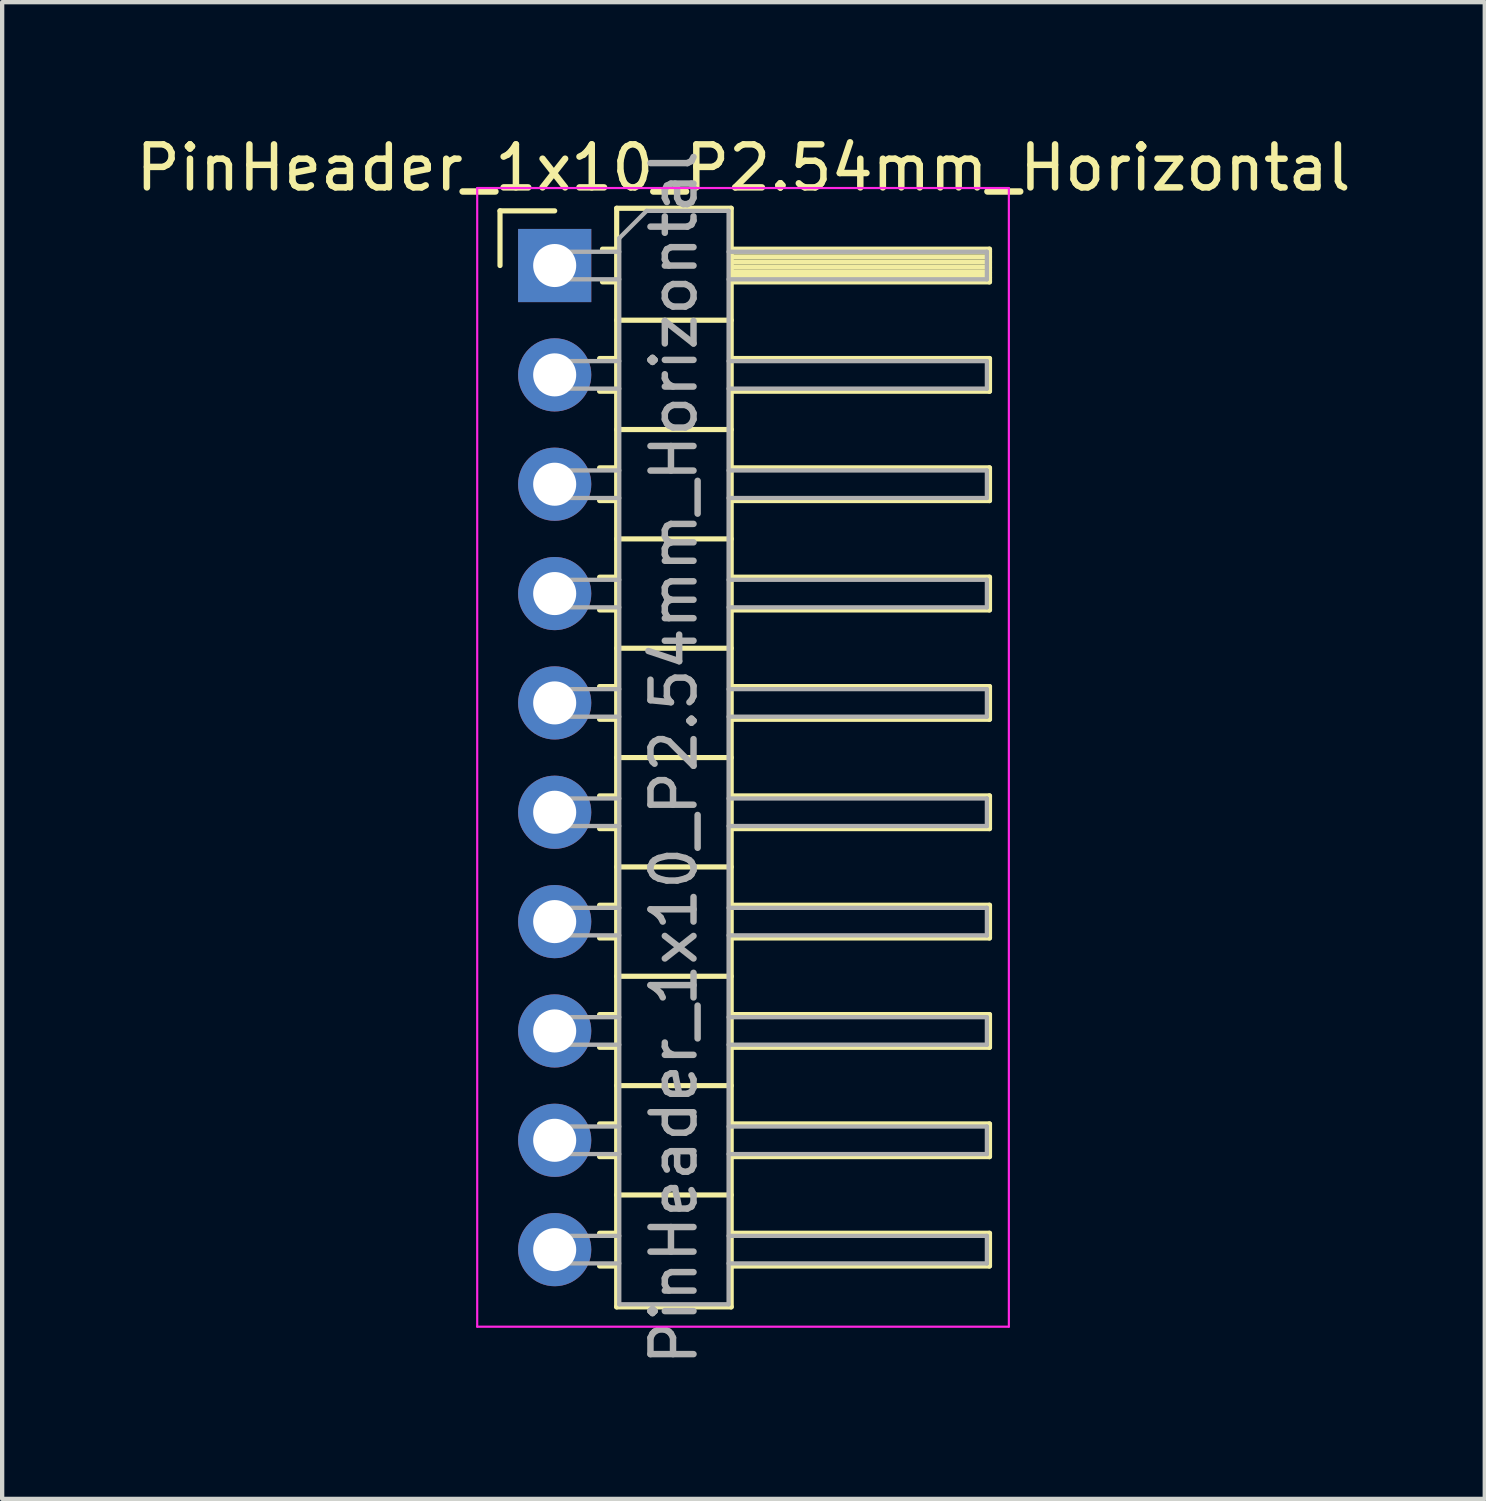
<source format=kicad_pcb>
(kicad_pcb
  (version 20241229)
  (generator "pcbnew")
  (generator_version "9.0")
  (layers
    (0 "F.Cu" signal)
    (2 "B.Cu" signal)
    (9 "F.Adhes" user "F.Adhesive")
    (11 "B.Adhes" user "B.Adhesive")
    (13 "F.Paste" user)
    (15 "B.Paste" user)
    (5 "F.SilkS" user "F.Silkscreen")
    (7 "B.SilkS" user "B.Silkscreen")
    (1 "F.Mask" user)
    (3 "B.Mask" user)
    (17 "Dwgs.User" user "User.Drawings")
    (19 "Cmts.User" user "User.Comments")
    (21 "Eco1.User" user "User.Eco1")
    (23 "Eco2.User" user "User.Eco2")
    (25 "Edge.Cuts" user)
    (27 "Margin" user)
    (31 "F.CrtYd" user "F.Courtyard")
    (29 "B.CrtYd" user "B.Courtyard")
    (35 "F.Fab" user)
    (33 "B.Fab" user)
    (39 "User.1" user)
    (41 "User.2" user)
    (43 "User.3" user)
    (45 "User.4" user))
  (footprint "PinHeader_1x10_P2.54mm_Horizontal"
    (layer "F.Cu")
    (at 9.835 3.118)
    (property "Reference" "PinHeader_1x10_P2.54mm_Horizontal" (at 4.385 -2.27 0) (layer "F.SilkS") (effects (font (size 1 1) (thickness 0.15))))
    (attr through_hole)
    (fp_line (start -1.27 -1.27) (end 0 -1.27) (stroke (width 0.12) (type solid)) (layer "F.SilkS"))
    (fp_line (start -1.27 0) (end -1.27 -1.27) (stroke (width 0.12) (type solid)) (layer "F.SilkS"))
    (fp_line (start 1.043 2.16) (end 1.44 2.16) (stroke (width 0.12) (type solid)) (layer "F.SilkS"))
    (fp_line (start 1.043 2.92) (end 1.44 2.92) (stroke (width 0.12) (type solid)) (layer "F.SilkS"))
    (fp_line (start 1.043 4.7) (end 1.44 4.7) (stroke (width 0.12) (type solid)) (layer "F.SilkS"))
    (fp_line (start 1.043 5.46) (end 1.44 5.46) (stroke (width 0.12) (type solid)) (layer "F.SilkS"))
    (fp_line (start 1.043 7.24) (end 1.44 7.24) (stroke (width 0.12) (type solid)) (layer "F.SilkS"))
    (fp_line (start 1.043 8) (end 1.44 8) (stroke (width 0.12) (type solid)) (layer "F.SilkS"))
    (fp_line (start 1.043 9.78) (end 1.44 9.78) (stroke (width 0.12) (type solid)) (layer "F.SilkS"))
    (fp_line (start 1.043 10.54) (end 1.44 10.54) (stroke (width 0.12) (type solid)) (layer "F.SilkS"))
    (fp_line (start 1.043 12.32) (end 1.44 12.32) (stroke (width 0.12) (type solid)) (layer "F.SilkS"))
    (fp_line (start 1.043 13.08) (end 1.44 13.08) (stroke (width 0.12) (type solid)) (layer "F.SilkS"))
    (fp_line (start 1.043 14.86) (end 1.44 14.86) (stroke (width 0.12) (type solid)) (layer "F.SilkS"))
    (fp_line (start 1.043 15.62) (end 1.44 15.62) (stroke (width 0.12) (type solid)) (layer "F.SilkS"))
    (fp_line (start 1.043 17.4) (end 1.44 17.4) (stroke (width 0.12) (type solid)) (layer "F.SilkS"))
    (fp_line (start 1.043 18.16) (end 1.44 18.16) (stroke (width 0.12) (type solid)) (layer "F.SilkS"))
    (fp_line (start 1.043 19.94) (end 1.44 19.94) (stroke (width 0.12) (type solid)) (layer "F.SilkS"))
    (fp_line (start 1.043 20.7) (end 1.44 20.7) (stroke (width 0.12) (type solid)) (layer "F.SilkS"))
    (fp_line (start 1.043 22.48) (end 1.44 22.48) (stroke (width 0.12) (type solid)) (layer "F.SilkS"))
    (fp_line (start 1.043 23.24) (end 1.44 23.24) (stroke (width 0.12) (type solid)) (layer "F.SilkS"))
    (fp_line (start 1.11 -0.38) (end 1.44 -0.38) (stroke (width 0.12) (type solid)) (layer "F.SilkS"))
    (fp_line (start 1.11 0.38) (end 1.44 0.38) (stroke (width 0.12) (type solid)) (layer "F.SilkS"))
    (fp_line (start 1.44 -1.33) (end 1.44 24.19) (stroke (width 0.12) (type solid)) (layer "F.SilkS"))
    (fp_line (start 1.44 1.27) (end 4.1 1.27) (stroke (width 0.12) (type solid)) (layer "F.SilkS"))
    (fp_line (start 1.44 3.81) (end 4.1 3.81) (stroke (width 0.12) (type solid)) (layer "F.SilkS"))
    (fp_line (start 1.44 6.35) (end 4.1 6.35) (stroke (width 0.12) (type solid)) (layer "F.SilkS"))
    (fp_line (start 1.44 8.89) (end 4.1 8.89) (stroke (width 0.12) (type solid)) (layer "F.SilkS"))
    (fp_line (start 1.44 11.43) (end 4.1 11.43) (stroke (width 0.12) (type solid)) (layer "F.SilkS"))
    (fp_line (start 1.44 13.97) (end 4.1 13.97) (stroke (width 0.12) (type solid)) (layer "F.SilkS"))
    (fp_line (start 1.44 16.51) (end 4.1 16.51) (stroke (width 0.12) (type solid)) (layer "F.SilkS"))
    (fp_line (start 1.44 19.05) (end 4.1 19.05) (stroke (width 0.12) (type solid)) (layer "F.SilkS"))
    (fp_line (start 1.44 21.59) (end 4.1 21.59) (stroke (width 0.12) (type solid)) (layer "F.SilkS"))
    (fp_line (start 1.44 24.19) (end 4.1 24.19) (stroke (width 0.12) (type solid)) (layer "F.SilkS"))
    (fp_line (start 4.1 -1.33) (end 1.44 -1.33) (stroke (width 0.12) (type solid)) (layer "F.SilkS"))
    (fp_line (start 4.1 -0.38) (end 10.1 -0.38) (stroke (width 0.12) (type solid)) (layer "F.SilkS"))
    (fp_line (start 4.1 -0.32) (end 10.1 -0.32) (stroke (width 0.12) (type solid)) (layer "F.SilkS"))
    (fp_line (start 4.1 -0.2) (end 10.1 -0.2) (stroke (width 0.12) (type solid)) (layer "F.SilkS"))
    (fp_line (start 4.1 -0.08) (end 10.1 -0.08) (stroke (width 0.12) (type solid)) (layer "F.SilkS"))
    (fp_line (start 4.1 0.04) (end 10.1 0.04) (stroke (width 0.12) (type solid)) (layer "F.SilkS"))
    (fp_line (start 4.1 0.16) (end 10.1 0.16) (stroke (width 0.12) (type solid)) (layer "F.SilkS"))
    (fp_line (start 4.1 0.28) (end 10.1 0.28) (stroke (width 0.12) (type solid)) (layer "F.SilkS"))
    (fp_line (start 4.1 2.16) (end 10.1 2.16) (stroke (width 0.12) (type solid)) (layer "F.SilkS"))
    (fp_line (start 4.1 4.7) (end 10.1 4.7) (stroke (width 0.12) (type solid)) (layer "F.SilkS"))
    (fp_line (start 4.1 7.24) (end 10.1 7.24) (stroke (width 0.12) (type solid)) (layer "F.SilkS"))
    (fp_line (start 4.1 9.78) (end 10.1 9.78) (stroke (width 0.12) (type solid)) (layer "F.SilkS"))
    (fp_line (start 4.1 12.32) (end 10.1 12.32) (stroke (width 0.12) (type solid)) (layer "F.SilkS"))
    (fp_line (start 4.1 14.86) (end 10.1 14.86) (stroke (width 0.12) (type solid)) (layer "F.SilkS"))
    (fp_line (start 4.1 17.4) (end 10.1 17.4) (stroke (width 0.12) (type solid)) (layer "F.SilkS"))
    (fp_line (start 4.1 19.94) (end 10.1 19.94) (stroke (width 0.12) (type solid)) (layer "F.SilkS"))
    (fp_line (start 4.1 22.48) (end 10.1 22.48) (stroke (width 0.12) (type solid)) (layer "F.SilkS"))
    (fp_line (start 4.1 24.19) (end 4.1 -1.33) (stroke (width 0.12) (type solid)) (layer "F.SilkS"))
    (fp_line (start 10.1 -0.38) (end 10.1 0.38) (stroke (width 0.12) (type solid)) (layer "F.SilkS"))
    (fp_line (start 10.1 0.38) (end 4.1 0.38) (stroke (width 0.12) (type solid)) (layer "F.SilkS"))
    (fp_line (start 10.1 2.16) (end 10.1 2.92) (stroke (width 0.12) (type solid)) (layer "F.SilkS"))
    (fp_line (start 10.1 2.92) (end 4.1 2.92) (stroke (width 0.12) (type solid)) (layer "F.SilkS"))
    (fp_line (start 10.1 4.7) (end 10.1 5.46) (stroke (width 0.12) (type solid)) (layer "F.SilkS"))
    (fp_line (start 10.1 5.46) (end 4.1 5.46) (stroke (width 0.12) (type solid)) (layer "F.SilkS"))
    (fp_line (start 10.1 7.24) (end 10.1 8) (stroke (width 0.12) (type solid)) (layer "F.SilkS"))
    (fp_line (start 10.1 8) (end 4.1 8) (stroke (width 0.12) (type solid)) (layer "F.SilkS"))
    (fp_line (start 10.1 9.78) (end 10.1 10.54) (stroke (width 0.12) (type solid)) (layer "F.SilkS"))
    (fp_line (start 10.1 10.54) (end 4.1 10.54) (stroke (width 0.12) (type solid)) (layer "F.SilkS"))
    (fp_line (start 10.1 12.32) (end 10.1 13.08) (stroke (width 0.12) (type solid)) (layer "F.SilkS"))
    (fp_line (start 10.1 13.08) (end 4.1 13.08) (stroke (width 0.12) (type solid)) (layer "F.SilkS"))
    (fp_line (start 10.1 14.86) (end 10.1 15.62) (stroke (width 0.12) (type solid)) (layer "F.SilkS"))
    (fp_line (start 10.1 15.62) (end 4.1 15.62) (stroke (width 0.12) (type solid)) (layer "F.SilkS"))
    (fp_line (start 10.1 17.4) (end 10.1 18.16) (stroke (width 0.12) (type solid)) (layer "F.SilkS"))
    (fp_line (start 10.1 18.16) (end 4.1 18.16) (stroke (width 0.12) (type solid)) (layer "F.SilkS"))
    (fp_line (start 10.1 19.94) (end 10.1 20.7) (stroke (width 0.12) (type solid)) (layer "F.SilkS"))
    (fp_line (start 10.1 20.7) (end 4.1 20.7) (stroke (width 0.12) (type solid)) (layer "F.SilkS"))
    (fp_line (start 10.1 22.48) (end 10.1 23.24) (stroke (width 0.12) (type solid)) (layer "F.SilkS"))
    (fp_line (start 10.1 23.24) (end 4.1 23.24) (stroke (width 0.12) (type solid)) (layer "F.SilkS"))
    (fp_line (start -1.8 -1.8) (end -1.8 24.65) (stroke (width 0.05) (type solid)) (layer "F.CrtYd"))
    (fp_line (start -1.8 24.65) (end 10.55 24.65) (stroke (width 0.05) (type solid)) (layer "F.CrtYd"))
    (fp_line (start 10.55 -1.8) (end -1.8 -1.8) (stroke (width 0.05) (type solid)) (layer "F.CrtYd"))
    (fp_line (start 10.55 24.65) (end 10.55 -1.8) (stroke (width 0.05) (type solid)) (layer "F.CrtYd"))
    (fp_line (start -0.32 -0.32) (end -0.32 0.32) (stroke (width 0.1) (type solid)) (layer "F.Fab"))
    (fp_line (start -0.32 -0.32) (end 1.5 -0.32) (stroke (width 0.1) (type solid)) (layer "F.Fab"))
    (fp_line (start -0.32 0.32) (end 1.5 0.32) (stroke (width 0.1) (type solid)) (layer "F.Fab"))
    (fp_line (start -0.32 2.22) (end -0.32 2.86) (stroke (width 0.1) (type solid)) (layer "F.Fab"))
    (fp_line (start -0.32 2.22) (end 1.5 2.22) (stroke (width 0.1) (type solid)) (layer "F.Fab"))
    (fp_line (start -0.32 2.86) (end 1.5 2.86) (stroke (width 0.1) (type solid)) (layer "F.Fab"))
    (fp_line (start -0.32 4.76) (end -0.32 5.4) (stroke (width 0.1) (type solid)) (layer "F.Fab"))
    (fp_line (start -0.32 4.76) (end 1.5 4.76) (stroke (width 0.1) (type solid)) (layer "F.Fab"))
    (fp_line (start -0.32 5.4) (end 1.5 5.4) (stroke (width 0.1) (type solid)) (layer "F.Fab"))
    (fp_line (start -0.32 7.3) (end -0.32 7.94) (stroke (width 0.1) (type solid)) (layer "F.Fab"))
    (fp_line (start -0.32 7.3) (end 1.5 7.3) (stroke (width 0.1) (type solid)) (layer "F.Fab"))
    (fp_line (start -0.32 7.94) (end 1.5 7.94) (stroke (width 0.1) (type solid)) (layer "F.Fab"))
    (fp_line (start -0.32 9.84) (end -0.32 10.48) (stroke (width 0.1) (type solid)) (layer "F.Fab"))
    (fp_line (start -0.32 9.84) (end 1.5 9.84) (stroke (width 0.1) (type solid)) (layer "F.Fab"))
    (fp_line (start -0.32 10.48) (end 1.5 10.48) (stroke (width 0.1) (type solid)) (layer "F.Fab"))
    (fp_line (start -0.32 12.38) (end -0.32 13.02) (stroke (width 0.1) (type solid)) (layer "F.Fab"))
    (fp_line (start -0.32 12.38) (end 1.5 12.38) (stroke (width 0.1) (type solid)) (layer "F.Fab"))
    (fp_line (start -0.32 13.02) (end 1.5 13.02) (stroke (width 0.1) (type solid)) (layer "F.Fab"))
    (fp_line (start -0.32 14.92) (end -0.32 15.56) (stroke (width 0.1) (type solid)) (layer "F.Fab"))
    (fp_line (start -0.32 14.92) (end 1.5 14.92) (stroke (width 0.1) (type solid)) (layer "F.Fab"))
    (fp_line (start -0.32 15.56) (end 1.5 15.56) (stroke (width 0.1) (type solid)) (layer "F.Fab"))
    (fp_line (start -0.32 17.46) (end -0.32 18.1) (stroke (width 0.1) (type solid)) (layer "F.Fab"))
    (fp_line (start -0.32 17.46) (end 1.5 17.46) (stroke (width 0.1) (type solid)) (layer "F.Fab"))
    (fp_line (start -0.32 18.1) (end 1.5 18.1) (stroke (width 0.1) (type solid)) (layer "F.Fab"))
    (fp_line (start -0.32 20) (end -0.32 20.64) (stroke (width 0.1) (type solid)) (layer "F.Fab"))
    (fp_line (start -0.32 20) (end 1.5 20) (stroke (width 0.1) (type solid)) (layer "F.Fab"))
    (fp_line (start -0.32 20.64) (end 1.5 20.64) (stroke (width 0.1) (type solid)) (layer "F.Fab"))
    (fp_line (start -0.32 22.54) (end -0.32 23.18) (stroke (width 0.1) (type solid)) (layer "F.Fab"))
    (fp_line (start -0.32 22.54) (end 1.5 22.54) (stroke (width 0.1) (type solid)) (layer "F.Fab"))
    (fp_line (start -0.32 23.18) (end 1.5 23.18) (stroke (width 0.1) (type solid)) (layer "F.Fab"))
    (fp_line (start 1.5 -0.635) (end 2.135 -1.27) (stroke (width 0.1) (type solid)) (layer "F.Fab"))
    (fp_line (start 1.5 24.13) (end 1.5 -0.635) (stroke (width 0.1) (type solid)) (layer "F.Fab"))
    (fp_line (start 2.135 -1.27) (end 4.04 -1.27) (stroke (width 0.1) (type solid)) (layer "F.Fab"))
    (fp_line (start 4.04 -1.27) (end 4.04 24.13) (stroke (width 0.1) (type solid)) (layer "F.Fab"))
    (fp_line (start 4.04 -0.32) (end 10.04 -0.32) (stroke (width 0.1) (type solid)) (layer "F.Fab"))
    (fp_line (start 4.04 0.32) (end 10.04 0.32) (stroke (width 0.1) (type solid)) (layer "F.Fab"))
    (fp_line (start 4.04 2.22) (end 10.04 2.22) (stroke (width 0.1) (type solid)) (layer "F.Fab"))
    (fp_line (start 4.04 2.86) (end 10.04 2.86) (stroke (width 0.1) (type solid)) (layer "F.Fab"))
    (fp_line (start 4.04 4.76) (end 10.04 4.76) (stroke (width 0.1) (type solid)) (layer "F.Fab"))
    (fp_line (start 4.04 5.4) (end 10.04 5.4) (stroke (width 0.1) (type solid)) (layer "F.Fab"))
    (fp_line (start 4.04 7.3) (end 10.04 7.3) (stroke (width 0.1) (type solid)) (layer "F.Fab"))
    (fp_line (start 4.04 7.94) (end 10.04 7.94) (stroke (width 0.1) (type solid)) (layer "F.Fab"))
    (fp_line (start 4.04 9.84) (end 10.04 9.84) (stroke (width 0.1) (type solid)) (layer "F.Fab"))
    (fp_line (start 4.04 10.48) (end 10.04 10.48) (stroke (width 0.1) (type solid)) (layer "F.Fab"))
    (fp_line (start 4.04 12.38) (end 10.04 12.38) (stroke (width 0.1) (type solid)) (layer "F.Fab"))
    (fp_line (start 4.04 13.02) (end 10.04 13.02) (stroke (width 0.1) (type solid)) (layer "F.Fab"))
    (fp_line (start 4.04 14.92) (end 10.04 14.92) (stroke (width 0.1) (type solid)) (layer "F.Fab"))
    (fp_line (start 4.04 15.56) (end 10.04 15.56) (stroke (width 0.1) (type solid)) (layer "F.Fab"))
    (fp_line (start 4.04 17.46) (end 10.04 17.46) (stroke (width 0.1) (type solid)) (layer "F.Fab"))
    (fp_line (start 4.04 18.1) (end 10.04 18.1) (stroke (width 0.1) (type solid)) (layer "F.Fab"))
    (fp_line (start 4.04 20) (end 10.04 20) (stroke (width 0.1) (type solid)) (layer "F.Fab"))
    (fp_line (start 4.04 20.64) (end 10.04 20.64) (stroke (width 0.1) (type solid)) (layer "F.Fab"))
    (fp_line (start 4.04 22.54) (end 10.04 22.54) (stroke (width 0.1) (type solid)) (layer "F.Fab"))
    (fp_line (start 4.04 23.18) (end 10.04 23.18) (stroke (width 0.1) (type solid)) (layer "F.Fab"))
    (fp_line (start 4.04 24.13) (end 1.5 24.13) (stroke (width 0.1) (type solid)) (layer "F.Fab"))
    (fp_line (start 10.04 -0.32) (end 10.04 0.32) (stroke (width 0.1) (type solid)) (layer "F.Fab"))
    (fp_line (start 10.04 2.22) (end 10.04 2.86) (stroke (width 0.1) (type solid)) (layer "F.Fab"))
    (fp_line (start 10.04 4.76) (end 10.04 5.4) (stroke (width 0.1) (type solid)) (layer "F.Fab"))
    (fp_line (start 10.04 7.3) (end 10.04 7.94) (stroke (width 0.1) (type solid)) (layer "F.Fab"))
    (fp_line (start 10.04 9.84) (end 10.04 10.48) (stroke (width 0.1) (type solid)) (layer "F.Fab"))
    (fp_line (start 10.04 12.38) (end 10.04 13.02) (stroke (width 0.1) (type solid)) (layer "F.Fab"))
    (fp_line (start 10.04 14.92) (end 10.04 15.56) (stroke (width 0.1) (type solid)) (layer "F.Fab"))
    (fp_line (start 10.04 17.46) (end 10.04 18.1) (stroke (width 0.1) (type solid)) (layer "F.Fab"))
    (fp_line (start 10.04 20) (end 10.04 20.64) (stroke (width 0.1) (type solid)) (layer "F.Fab"))
    (fp_line (start 10.04 22.54) (end 10.04 23.18) (stroke (width 0.1) (type solid)) (layer "F.Fab"))
    (fp_text user "${REFERENCE}" (at 2.77 11.43 90) (layer "F.Fab") (effects (font (size 1 1) (thickness 0.15))))
    (pad "1" thru_hole rect (at 0 0) (size 1.7 1.7) (drill 1) (layers "*.Cu" "*.Mask"))
    (pad "2" thru_hole oval (at 0 2.54) (size 1.7 1.7) (drill 1) (layers "*.Cu" "*.Mask"))
    (pad "3" thru_hole oval (at 0 5.08) (size 1.7 1.7) (drill 1) (layers "*.Cu" "*.Mask"))
    (pad "4" thru_hole oval (at 0 7.62) (size 1.7 1.7) (drill 1) (layers "*.Cu" "*.Mask"))
    (pad "5" thru_hole oval (at 0 10.16) (size 1.7 1.7) (drill 1) (layers "*.Cu" "*.Mask"))
    (pad "6" thru_hole oval (at 0 12.7) (size 1.7 1.7) (drill 1) (layers "*.Cu" "*.Mask"))
    (pad "7" thru_hole oval (at 0 15.24) (size 1.7 1.7) (drill 1) (layers "*.Cu" "*.Mask"))
    (pad "8" thru_hole oval (at 0 17.78) (size 1.7 1.7) (drill 1) (layers "*.Cu" "*.Mask"))
    (pad "9" thru_hole oval (at 0 20.32) (size 1.7 1.7) (drill 1) (layers "*.Cu" "*.Mask"))
    (pad "10" thru_hole oval (at 0 22.86) (size 1.7 1.7) (drill 1) (layers "*.Cu" "*.Mask")))
  (gr_rect
    (start -3 -3)
    (end 31.44 31.768)
    (stroke (width 0.1) (type default))
    (fill no)
    (layer "Edge.Cuts")))
</source>
